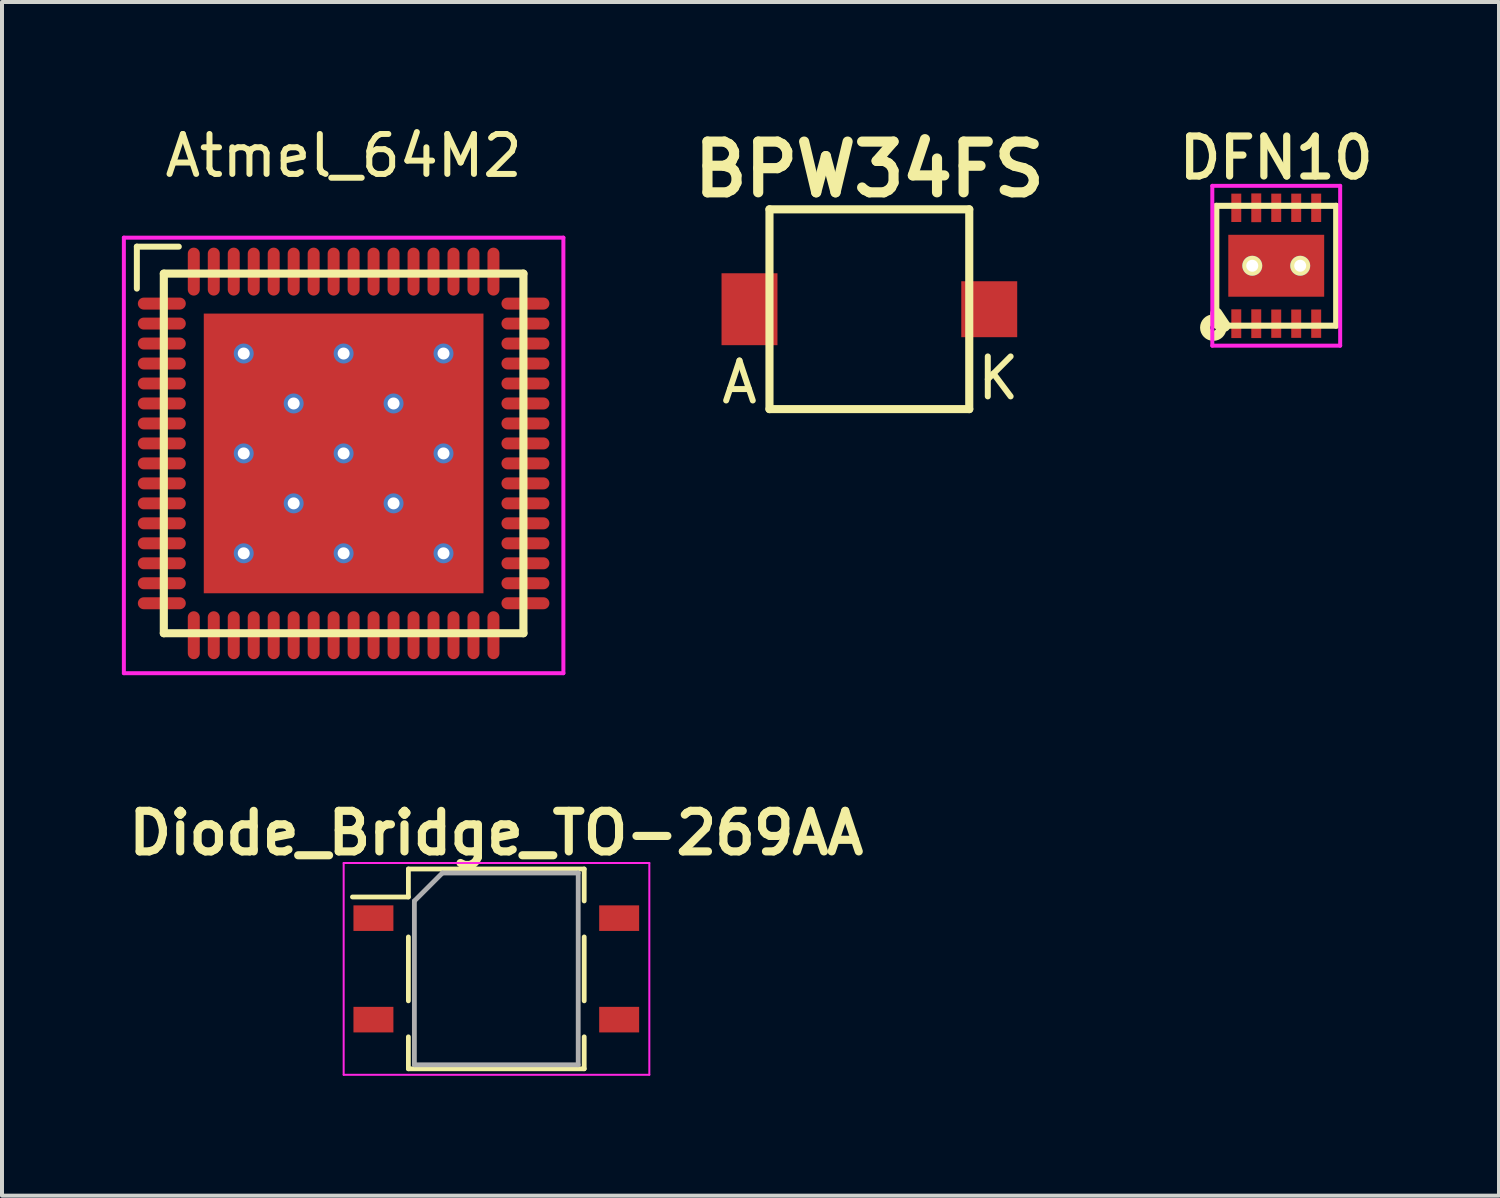
<source format=kicad_pcb>
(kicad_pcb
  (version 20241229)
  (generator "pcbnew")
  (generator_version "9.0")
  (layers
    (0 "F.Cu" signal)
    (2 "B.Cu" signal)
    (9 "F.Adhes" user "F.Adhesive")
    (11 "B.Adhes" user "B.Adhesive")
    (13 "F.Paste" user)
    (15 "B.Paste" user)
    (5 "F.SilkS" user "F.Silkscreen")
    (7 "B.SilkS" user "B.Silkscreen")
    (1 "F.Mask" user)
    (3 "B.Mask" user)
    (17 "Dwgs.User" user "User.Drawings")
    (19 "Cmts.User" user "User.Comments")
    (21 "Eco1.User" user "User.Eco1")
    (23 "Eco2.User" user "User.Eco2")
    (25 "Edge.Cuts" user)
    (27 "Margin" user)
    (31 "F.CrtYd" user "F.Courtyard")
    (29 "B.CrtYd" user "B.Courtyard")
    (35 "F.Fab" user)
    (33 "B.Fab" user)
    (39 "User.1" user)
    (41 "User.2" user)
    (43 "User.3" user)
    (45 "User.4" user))
  (footprint "Diode_Bridge_TO-269AA"
    (layer "F.Cu")
    (at 9.371 21.199)
    (property "Reference" "Diode_Bridge_TO-269AA" (at 0 -3.4 0) (layer "F.SilkS") (effects (font (size 1.016 1.016) (thickness 0.203))))
    (attr smd)
    (fp_line (start -2.2 -2.5) (end -2.2 -1.8) (stroke (width 0.12) (type solid)) (layer "F.SilkS"))
    (fp_line (start -2.2 -1.8) (end -3.6 -1.8) (stroke (width 0.12) (type solid)) (layer "F.SilkS"))
    (fp_line (start -2.2 -0.8) (end -2.2 0.8) (stroke (width 0.12) (type solid)) (layer "F.SilkS"))
    (fp_line (start -2.2 2.5) (end -2.2 1.7) (stroke (width 0.12) (type solid)) (layer "F.SilkS"))
    (fp_line (start 2.2 -2.5) (end -2.2 -2.5) (stroke (width 0.12) (type solid)) (layer "F.SilkS"))
    (fp_line (start 2.2 -1.7) (end 2.2 -2.5) (stroke (width 0.12) (type solid)) (layer "F.SilkS"))
    (fp_line (start 2.2 -0.8) (end 2.2 0.8) (stroke (width 0.12) (type solid)) (layer "F.SilkS"))
    (fp_line (start 2.2 1.7) (end 2.2 2.5) (stroke (width 0.12) (type solid)) (layer "F.SilkS"))
    (fp_line (start 2.2 2.5) (end -2.2 2.5) (stroke (width 0.12) (type solid)) (layer "F.SilkS"))
    (fp_line (start -3.82 -2.65) (end -3.82 2.65) (stroke (width 0.05) (type solid)) (layer "F.CrtYd"))
    (fp_line (start -3.82 -2.65) (end 3.83 -2.65) (stroke (width 0.05) (type solid)) (layer "F.CrtYd"))
    (fp_line (start 3.83 2.65) (end -3.82 2.65) (stroke (width 0.05) (type solid)) (layer "F.CrtYd"))
    (fp_line (start 3.83 2.65) (end 3.83 -2.65) (stroke (width 0.05) (type solid)) (layer "F.CrtYd"))
    (fp_line (start -2.05 -1.7) (end -1.35 -2.4) (stroke (width 0.12) (type solid)) (layer "F.Fab"))
    (fp_line (start -2.05 2.4) (end -2.05 -1.7) (stroke (width 0.12) (type solid)) (layer "F.Fab"))
    (fp_line (start -1.35 -2.4) (end 2.05 -2.4) (stroke (width 0.12) (type solid)) (layer "F.Fab"))
    (fp_line (start 2.05 -2.4) (end 2.05 2.4) (stroke (width 0.12) (type solid)) (layer "F.Fab"))
    (fp_line (start 2.05 2.4) (end -2.05 2.4) (stroke (width 0.12) (type solid)) (layer "F.Fab"))
    (pad "1" smd rect (at -3.075 -1.27) (size 1 0.64) (layers "F.Cu" "F.Mask" "F.Paste"))
    (pad "2" smd rect (at -3.075 1.27) (size 1 0.64) (layers "F.Cu" "F.Mask" "F.Paste"))
    (pad "3" smd rect (at 3.075 1.27) (size 1 0.64) (layers "F.Cu" "F.Mask" "F.Paste"))
    (pad "4" smd rect (at 3.075 -1.27) (size 1 0.64) (layers "F.Cu" "F.Mask" "F.Paste")))
  (footprint "Atmel_64M2"
    (layer "F.Cu")
    (at 5.55 8.298)
    (property "Reference" "Atmel_64M2" (at 0 -7.45 0) (layer "F.SilkS") (effects (font (size 1 1) (thickness 0.15))))
    (attr smd)
    (fp_line (start -5.175 -5.175) (end -5.175 -4.125) (stroke (width 0.15) (type solid)) (layer "F.SilkS"))
    (fp_line (start -5.175 -5.175) (end -4.125 -5.175) (stroke (width 0.15) (type solid)) (layer "F.SilkS"))
    (fp_line (start -4.5 -4.5) (end 4.5 -4.5) (stroke (width 0.203) (type solid)) (layer "F.SilkS"))
    (fp_line (start -4.5 4.5) (end -4.5 -4.5) (stroke (width 0.203) (type solid)) (layer "F.SilkS"))
    (fp_line (start 4.5 -4.5) (end 4.5 4.5) (stroke (width 0.203) (type solid)) (layer "F.SilkS"))
    (fp_line (start 4.5 4.5) (end -4.5 4.5) (stroke (width 0.203) (type solid)) (layer "F.SilkS"))
    (fp_line (start -5.5 -5.4) (end 5.5 -5.4) (stroke (width 0.1) (type solid)) (layer "F.CrtYd"))
    (fp_line (start -5.5 5.5) (end -5.5 -5.4) (stroke (width 0.1) (type solid)) (layer "F.CrtYd"))
    (fp_line (start 5.5 -5.4) (end 5.5 5.5) (stroke (width 0.1) (type solid)) (layer "F.CrtYd"))
    (fp_line (start 5.5 5.5) (end -5.5 5.5) (stroke (width 0.1) (type solid)) (layer "F.CrtYd"))
    (pad "" smd circle (at -2.5 -1.25 90) (size 1.2 1.2) (layers "F.Mask" "F.Paste"))
    (pad "" smd circle (at -2.5 1.25 90) (size 1.2 1.2) (layers "F.Mask" "F.Paste"))
    (pad "" smd circle (at -1.25 -2.5 90) (size 1.2 1.2) (layers "F.Mask" "F.Paste"))
    (pad "" smd circle (at -1.25 -0.25 90) (size 1.2 1.2) (layers "F.Mask" "F.Paste"))
    (pad "" smd circle (at -1.25 2.5 90) (size 1.2 1.2) (layers "F.Mask" "F.Paste"))
    (pad "" smd circle (at 0 -1.25 90) (size 1.2 1.2) (layers "F.Mask" "F.Paste"))
    (pad "" smd circle (at 0 1.25 90) (size 1.2 1.2) (layers "F.Mask" "F.Paste"))
    (pad "" smd circle (at 1.25 -2.5 90) (size 1.2 1.2) (layers "F.Mask" "F.Paste"))
    (pad "" smd circle (at 1.25 0 90) (size 1.2 1.2) (layers "F.Mask" "F.Paste"))
    (pad "" smd circle (at 1.25 2.5 90) (size 1.2 1.2) (layers "F.Mask" "F.Paste"))
    (pad "" smd circle (at 2.5 -1.25 90) (size 1.2 1.2) (layers "F.Mask" "F.Paste"))
    (pad "" smd circle (at 2.5 1.25 90) (size 1.2 1.2) (layers "F.Mask" "F.Paste"))
    (pad "1" smd oval (at -4.55 -3.75) (size 1.2 0.3) (layers "F.Cu" "F.Mask" "F.Paste"))
    (pad "2" smd oval (at -4.55 -3.25) (size 1.2 0.3) (layers "F.Cu" "F.Mask" "F.Paste"))
    (pad "3" smd oval (at -4.55 -2.75) (size 1.2 0.3) (layers "F.Cu" "F.Mask" "F.Paste"))
    (pad "4" smd oval (at -4.55 -2.25) (size 1.2 0.3) (layers "F.Cu" "F.Mask" "F.Paste"))
    (pad "5" smd oval (at -4.55 -1.75) (size 1.2 0.3) (layers "F.Cu" "F.Mask" "F.Paste"))
    (pad "6" smd oval (at -4.55 -1.25) (size 1.2 0.3) (layers "F.Cu" "F.Mask" "F.Paste"))
    (pad "7" smd oval (at -4.55 -0.75) (size 1.2 0.3) (layers "F.Cu" "F.Mask" "F.Paste"))
    (pad "8" smd oval (at -4.55 -0.25) (size 1.2 0.3) (layers "F.Cu" "F.Mask" "F.Paste"))
    (pad "9" smd oval (at -4.55 0.25) (size 1.2 0.3) (layers "F.Cu" "F.Mask" "F.Paste"))
    (pad "10" smd oval (at -4.55 0.75) (size 1.2 0.3) (layers "F.Cu" "F.Mask" "F.Paste"))
    (pad "11" smd oval (at -4.55 1.25) (size 1.2 0.3) (layers "F.Cu" "F.Mask" "F.Paste"))
    (pad "12" smd oval (at -4.55 1.75) (size 1.2 0.3) (layers "F.Cu" "F.Mask" "F.Paste"))
    (pad "13" smd oval (at -4.55 2.25) (size 1.2 0.3) (layers "F.Cu" "F.Mask" "F.Paste"))
    (pad "14" smd oval (at -4.55 2.75) (size 1.2 0.3) (layers "F.Cu" "F.Mask" "F.Paste"))
    (pad "15" smd oval (at -4.55 3.25) (size 1.2 0.3) (layers "F.Cu" "F.Mask" "F.Paste"))
    (pad "16" smd oval (at -4.55 3.75) (size 1.2 0.3) (layers "F.Cu" "F.Mask" "F.Paste"))
    (pad "17" smd oval (at -3.75 4.55 90) (size 1.2 0.3) (layers "F.Cu" "F.Mask" "F.Paste"))
    (pad "18" smd oval (at -3.25 4.55 90) (size 1.2 0.3) (layers "F.Cu" "F.Mask" "F.Paste"))
    (pad "19" smd oval (at -2.75 4.55 90) (size 1.2 0.3) (layers "F.Cu" "F.Mask" "F.Paste"))
    (pad "20" smd oval (at -2.25 4.55 90) (size 1.2 0.3) (layers "F.Cu" "F.Mask" "F.Paste"))
    (pad "21" smd oval (at -1.75 4.55 90) (size 1.2 0.3) (layers "F.Cu" "F.Mask" "F.Paste"))
    (pad "22" smd oval (at -1.25 4.55 90) (size 1.2 0.3) (layers "F.Cu" "F.Mask" "F.Paste"))
    (pad "23" smd oval (at -0.75 4.55 90) (size 1.2 0.3) (layers "F.Cu" "F.Mask" "F.Paste"))
    (pad "24" smd oval (at -0.25 4.55 90) (size 1.2 0.3) (layers "F.Cu" "F.Mask" "F.Paste"))
    (pad "25" smd oval (at 0.25 4.55 90) (size 1.2 0.3) (layers "F.Cu" "F.Mask" "F.Paste"))
    (pad "26" smd oval (at 0.75 4.55 90) (size 1.2 0.3) (layers "F.Cu" "F.Mask" "F.Paste"))
    (pad "27" smd oval (at 1.25 4.55 90) (size 1.2 0.3) (layers "F.Cu" "F.Mask" "F.Paste"))
    (pad "28" smd oval (at 1.75 4.55 90) (size 1.2 0.3) (layers "F.Cu" "F.Mask" "F.Paste"))
    (pad "29" smd oval (at 2.25 4.55 90) (size 1.2 0.3) (layers "F.Cu" "F.Mask" "F.Paste"))
    (pad "30" smd oval (at 2.75 4.55 90) (size 1.2 0.3) (layers "F.Cu" "F.Mask" "F.Paste"))
    (pad "31" smd oval (at 3.25 4.55 90) (size 1.2 0.3) (layers "F.Cu" "F.Mask" "F.Paste"))
    (pad "32" smd oval (at 3.75 4.55 90) (size 1.2 0.3) (layers "F.Cu" "F.Mask" "F.Paste"))
    (pad "33" smd oval (at 4.55 3.75) (size 1.2 0.3) (layers "F.Cu" "F.Mask" "F.Paste"))
    (pad "34" smd oval (at 4.55 3.25) (size 1.2 0.3) (layers "F.Cu" "F.Mask" "F.Paste"))
    (pad "35" smd oval (at 4.55 2.75) (size 1.2 0.3) (layers "F.Cu" "F.Mask" "F.Paste"))
    (pad "36" smd oval (at 4.55 2.25) (size 1.2 0.3) (layers "F.Cu" "F.Mask" "F.Paste"))
    (pad "37" smd oval (at 4.55 1.75) (size 1.2 0.3) (layers "F.Cu" "F.Mask" "F.Paste"))
    (pad "38" smd oval (at 4.55 1.25) (size 1.2 0.3) (layers "F.Cu" "F.Mask" "F.Paste"))
    (pad "39" smd oval (at 4.55 0.75) (size 1.2 0.3) (layers "F.Cu" "F.Mask" "F.Paste"))
    (pad "40" smd oval (at 4.55 0.25) (size 1.2 0.3) (layers "F.Cu" "F.Mask" "F.Paste"))
    (pad "41" smd oval (at 4.55 -0.25) (size 1.2 0.3) (layers "F.Cu" "F.Mask" "F.Paste"))
    (pad "42" smd oval (at 4.55 -0.75) (size 1.2 0.3) (layers "F.Cu" "F.Mask" "F.Paste"))
    (pad "43" smd oval (at 4.55 -1.25) (size 1.2 0.3) (layers "F.Cu" "F.Mask" "F.Paste"))
    (pad "44" smd oval (at 4.55 -1.75) (size 1.2 0.3) (layers "F.Cu" "F.Mask" "F.Paste"))
    (pad "45" smd oval (at 4.55 -2.25) (size 1.2 0.3) (layers "F.Cu" "F.Mask" "F.Paste"))
    (pad "46" smd oval (at 4.55 -2.75) (size 1.2 0.3) (layers "F.Cu" "F.Mask" "F.Paste"))
    (pad "47" smd oval (at 4.55 -3.25) (size 1.2 0.3) (layers "F.Cu" "F.Mask" "F.Paste"))
    (pad "48" smd oval (at 4.55 -3.75) (size 1.2 0.3) (layers "F.Cu" "F.Mask" "F.Paste"))
    (pad "49" smd oval (at 3.75 -4.55 90) (size 1.2 0.3) (layers "F.Cu" "F.Mask" "F.Paste"))
    (pad "50" smd oval (at 3.25 -4.55 90) (size 1.2 0.3) (layers "F.Cu" "F.Mask" "F.Paste"))
    (pad "51" smd oval (at 2.75 -4.55 90) (size 1.2 0.3) (layers "F.Cu" "F.Mask" "F.Paste"))
    (pad "52" smd oval (at 2.25 -4.55 90) (size 1.2 0.3) (layers "F.Cu" "F.Mask" "F.Paste"))
    (pad "53" smd oval (at 1.75 -4.55 90) (size 1.2 0.3) (layers "F.Cu" "F.Mask" "F.Paste"))
    (pad "54" smd oval (at 1.25 -4.55 90) (size 1.2 0.3) (layers "F.Cu" "F.Mask" "F.Paste"))
    (pad "55" smd oval (at 0.75 -4.55 90) (size 1.2 0.3) (layers "F.Cu" "F.Mask" "F.Paste"))
    (pad "56" smd oval (at 0.25 -4.55 90) (size 1.2 0.3) (layers "F.Cu" "F.Mask" "F.Paste"))
    (pad "57" smd oval (at -0.25 -4.55 90) (size 1.2 0.3) (layers "F.Cu" "F.Mask" "F.Paste"))
    (pad "58" smd oval (at -0.75 -4.55 90) (size 1.2 0.3) (layers "F.Cu" "F.Mask" "F.Paste"))
    (pad "59" smd oval (at -1.25 -4.55 90) (size 1.2 0.3) (layers "F.Cu" "F.Mask" "F.Paste"))
    (pad "60" smd oval (at -1.75 -4.55 90) (size 1.2 0.3) (layers "F.Cu" "F.Mask" "F.Paste"))
    (pad "61" smd oval (at -2.25 -4.55 90) (size 1.2 0.3) (layers "F.Cu" "F.Mask" "F.Paste"))
    (pad "62" smd oval (at -2.75 -4.55 90) (size 1.2 0.3) (layers "F.Cu" "F.Mask" "F.Paste"))
    (pad "63" smd oval (at -3.25 -4.55 90) (size 1.2 0.3) (layers "F.Cu" "F.Mask" "F.Paste"))
    (pad "64" smd oval (at -3.75 -4.55 90) (size 1.2 0.3) (layers "F.Cu" "F.Mask" "F.Paste"))
    (pad "65" thru_hole circle (at -2.5 -2.5 90) (size 0.5 0.5) (drill 0.3) (layers "*.Cu" "*.Mask"))
    (pad "65" thru_hole circle (at -2.5 0 90) (size 0.5 0.5) (drill 0.3) (layers "*.Cu" "*.Mask"))
    (pad "65" thru_hole circle (at -2.5 2.5 90) (size 0.5 0.5) (drill 0.3) (layers "*.Cu" "*.Mask"))
    (pad "65" thru_hole circle (at -1.25 -1.25 90) (size 0.5 0.5) (drill 0.3) (layers "*.Cu" "*.Mask"))
    (pad "65" thru_hole circle (at -1.25 1.25 90) (size 0.5 0.5) (drill 0.3) (layers "*.Cu" "*.Mask"))
    (pad "65" thru_hole circle (at 0 -2.5 90) (size 0.5 0.5) (drill 0.3) (layers "*.Cu" "*.Mask"))
    (pad "65" thru_hole circle (at 0 0 90) (size 0.5 0.5) (drill 0.3) (layers "*.Cu" "*.Mask"))
    (pad "65" smd rect (at 0 0) (size 7 7) (layers "F.Cu" "F.Mask"))
    (pad "65" thru_hole circle (at 0 2.5 90) (size 0.5 0.5) (drill 0.3) (layers "*.Cu" "*.Mask"))
    (pad "65" thru_hole circle (at 1.25 -1.25 90) (size 0.5 0.5) (drill 0.3) (layers "*.Cu" "*.Mask"))
    (pad "65" thru_hole circle (at 1.25 1.25 90) (size 0.5 0.5) (drill 0.3) (layers "*.Cu" "*.Mask"))
    (pad "65" thru_hole circle (at 2.5 -2.5 90) (size 0.5 0.5) (drill 0.3) (layers "*.Cu" "*.Mask"))
    (pad "65" thru_hole circle (at 2.5 0 90) (size 0.5 0.5) (drill 0.3) (layers "*.Cu" "*.Mask"))
    (pad "65" thru_hole circle (at 2.5 2.5 90) (size 0.5 0.5) (drill 0.3) (layers "*.Cu" "*.Mask")))
  (footprint "BPW34FS"
    (layer "F.Cu")
    (at 18.708 4.689)
    (property "Reference" "BPW34FS" (at 0 -3.5 0) (layer "F.SilkS") (effects (font (size 1.27 1.27) (thickness 0.254))))
    (attr through_hole)
    (fp_line (start -2.5 -2.5) (end 2.5 -2.5) (stroke (width 0.203) (type solid)) (layer "F.SilkS"))
    (fp_line (start -2.5 2.5) (end -2.5 -2.5) (stroke (width 0.203) (type solid)) (layer "F.SilkS"))
    (fp_line (start 2.5 -2.5) (end 2.5 2.5) (stroke (width 0.203) (type solid)) (layer "F.SilkS"))
    (fp_line (start 2.5 2.5) (end -2.5 2.5) (stroke (width 0.203) (type solid)) (layer "F.SilkS"))
    (fp_text user "A" (at -3.251 1.829 0) (layer "F.SilkS") (effects (font (size 1 1) (thickness 0.15))))
    (fp_text user "K" (at 3.226 1.727 0) (layer "F.SilkS") (effects (font (size 1 1) (thickness 0.15))))
    (pad "1" smd rect (at 3 0) (size 1.4 1.4) (layers "F.Cu" "F.Mask" "F.Paste"))
    (pad "2" smd rect (at -3 0) (size 1.4 1.8) (layers "F.Cu" "F.Mask" "F.Paste")))
  (footprint "DFN10"
    (layer "F.Cu")
    (at 28.891 3.601)
    (property "Reference" "DFN10" (at 0 -2.7 0) (layer "F.SilkS") (effects (font (size 1 1) (thickness 0.18))))
    (attr smd)
    (fp_line (start -1.5 -1.5) (end -1.5 1.5) (stroke (width 0.152) (type solid)) (layer "F.SilkS"))
    (fp_line (start -1.5 1.2) (end -1.3 1.5) (stroke (width 0.305) (type solid)) (layer "F.SilkS"))
    (fp_line (start -1.5 1.5) (end 1.5 1.5) (stroke (width 0.152) (type solid)) (layer "F.SilkS"))
    (fp_line (start 1.5 -1.5) (end -1.5 -1.5) (stroke (width 0.152) (type solid)) (layer "F.SilkS"))
    (fp_line (start 1.5 1.5) (end 1.5 -1.5) (stroke (width 0.152) (type solid)) (layer "F.SilkS"))
    (fp_circle (center -1.575 1.549) (end -1.778 1.524) (stroke (width 0.254) (type solid)) (fill no) (layer "F.SilkS"))
    (fp_line (start -1.6 -2) (end 1.6 -2) (stroke (width 0.1) (type solid)) (layer "F.CrtYd"))
    (fp_line (start -1.6 2) (end -1.6 -2) (stroke (width 0.1) (type solid)) (layer "F.CrtYd"))
    (fp_line (start 1.6 -2) (end 1.6 2) (stroke (width 0.1) (type solid)) (layer "F.CrtYd"))
    (fp_line (start 1.6 2) (end -1.6 2) (stroke (width 0.1) (type solid)) (layer "F.CrtYd"))
    (pad "" smd rect (at -1 0 270) (size 0.3 0.3) (layers "F.Paste"))
    (pad "" smd roundrect (at -0.6 -0.5 270) (size 0.4 1) (layers "F.Paste") (roundrect_rratio 0.25))
    (pad "" smd roundrect (at -0.6 0.5 270) (size 0.4 1) (layers "F.Paste") (roundrect_rratio 0.25))
    (pad "" smd roundrect (at 0 0 270) (size 0.35 0.35) (layers "F.Paste") (roundrect_rratio 0.25))
    (pad "" smd roundrect (at 0.6 -0.5 270) (size 0.4 1) (layers "F.Paste") (roundrect_rratio 0.25))
    (pad "" smd roundrect (at 0.6 0.5 270) (size 0.4 1) (layers "F.Paste") (roundrect_rratio 0.25))
    (pad "" smd rect (at 1 0 270) (size 0.3 0.3) (layers "F.Paste"))
    (pad "1" smd rect (at -1 1.45 270) (size 0.72 0.249) (layers "F.Cu" "F.Mask" "F.Paste"))
    (pad "2" smd rect (at -0.5 1.45 270) (size 0.72 0.249) (layers "F.Cu" "F.Mask" "F.Paste"))
    (pad "3" smd rect (at 0 1.45 270) (size 0.71 0.249) (layers "F.Cu" "F.Mask" "F.Paste"))
    (pad "4" smd rect (at 0.5 1.45 270) (size 0.71 0.249) (layers "F.Cu" "F.Mask" "F.Paste"))
    (pad "5" smd rect (at 1 1.45 270) (size 0.71 0.249) (layers "F.Cu" "F.Mask" "F.Paste"))
    (pad "6" smd rect (at 1 -1.45 270) (size 0.71 0.249) (layers "F.Cu" "F.Mask" "F.Paste"))
    (pad "7" smd rect (at 0.5 -1.45 270) (size 0.71 0.249) (layers "F.Cu" "F.Mask" "F.Paste"))
    (pad "8" smd rect (at 0 -1.45 270) (size 0.71 0.249) (layers "F.Cu" "F.Mask" "F.Paste"))
    (pad "9" smd rect (at -0.5 -1.45 270) (size 0.72 0.249) (layers "F.Cu" "F.Mask" "F.Paste"))
    (pad "10" smd rect (at -1 -1.45 270) (size 0.71 0.249) (layers "F.Cu" "F.Mask" "F.Paste"))
    (pad "Pad" thru_hole circle (at -0.6 0 270) (size 0.5 0.5) (drill 0.3) (layers "*.Cu" "*.Mask" "F.SilkS"))
    (pad "Pad" smd rect (at 0 0 270) (size 1.55 2.4) (layers "F.Cu" "F.Mask"))
    (pad "Pad" thru_hole circle (at 0.6 0 270) (size 0.5 0.5) (drill 0.3) (layers "*.Cu" "*.Mask" "F.SilkS")))
  (gr_rect
    (start -3 -3)
    (end 34.466 26.874)
    (stroke (width 0.1) (type default))
    (fill no)
    (layer "Edge.Cuts")))
</source>
